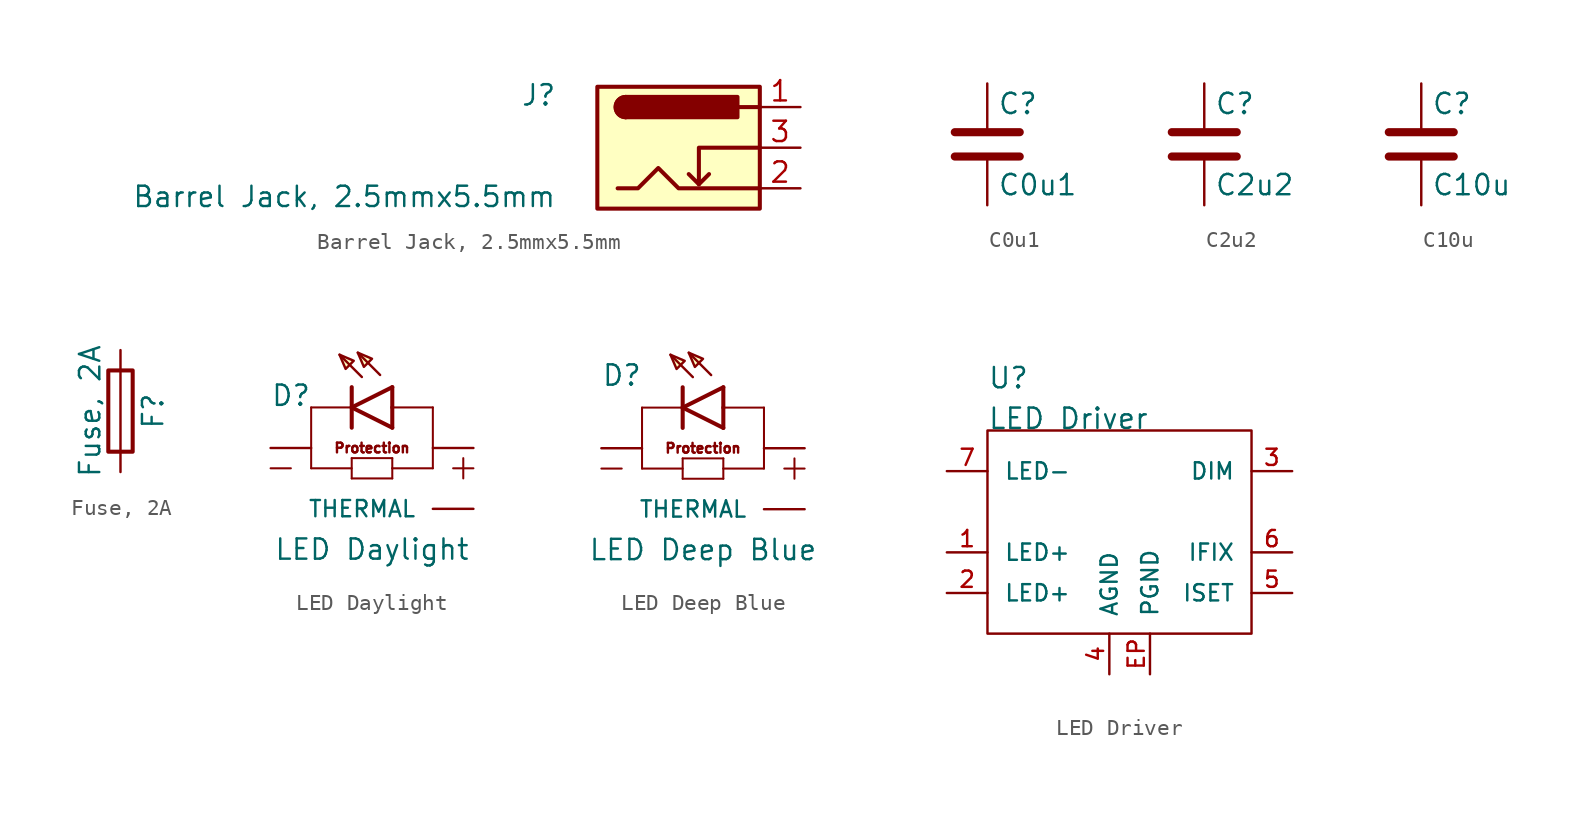
<source format=kicad_sym>
(kicad_symbol_lib
  (version 20211014)
  (generator kicad_symbol_editor)
  (symbol "Barrel Jack, 2.5mmx5.5mm"
    (pin_names hide)
    (property "Reference" "J"
      (at -7.62 2.54 0)
      (effects (font (size 1.27 1.27)) (justify right bottom)))
    (property "Value" "Barrel Jack, 2.5mmx5.5mm"
      (at -7.62 -3.81 0)
      (effects (font (size 1.27 1.27)) (justify right bottom)))
    (symbol "Barrel Jack, 2.5mmx5.5mm_0_1"
      (rectangle (start -5.08 3.81) (end 5.08 -3.81) (stroke (width 0.254) (type default) (color 0 0 0 0)) (fill (type background)))
      (arc (start -3.302 3.175) (mid -3.937 2.54) (end -3.302 1.905) (stroke (width 0.254) (type default) (color 0 0 0 0)) (fill (type none)))
      (arc (start -3.302 3.175) (mid -3.937 2.54) (end -3.302 1.905) (stroke (width 0.254) (type default) (color 0 0 0 0)) (fill (type outline)))
      (polyline (pts (xy 1.27 -2.286) (xy 1.905 -1.651)) (stroke (width 0.254) (type default) (color 0 0 0 0)) (fill (type none)))
      (polyline (pts (xy 5.08 2.54) (xy 3.81 2.54)) (stroke (width 0.254) (type default) (color 0 0 0 0)) (fill (type none)))
      (polyline (pts (xy 5.08 0) (xy 1.27 0) (xy 1.27 -2.286) (xy 0.635 -1.651)) (stroke (width 0.254) (type default) (color 0 0 0 0)) (fill (type none)))
      (polyline (pts (xy -3.81 -2.54) (xy -2.54 -2.54) (xy -1.27 -1.27) (xy 0 -2.54) (xy 2.54 -2.54) (xy 5.08 -2.54)) (stroke (width 0.254) (type default) (color 0 0 0 0)) (fill (type none)))
      (rectangle (start 3.683 3.175) (end -3.302 1.905) (stroke (width 0.254) (type default) (color 0 0 0 0)) (fill (type outline))))
    (symbol "Barrel Jack, 2.5mmx5.5mm_1_1"
      (pin passive line (at 7.62 2.54 180) (length 2.54) (name "~" (effects (font (size 1.27 1.27)))) (number "1" (effects (font (size 1.27 1.27)))))
      (pin passive line (at 7.62 -2.54 180) (length 2.54) (name "~" (effects (font (size 1.27 1.27)))) (number "2" (effects (font (size 1.27 1.27)))))
      (pin passive line (at 7.62 0 180) (length 2.54) (name "~" (effects (font (size 1.27 1.27)))) (number "3" (effects (font (size 1.27 1.27)))))))
  (symbol "C0u1"
    (pin_numbers hide)
    (pin_names
      (offset 0.254))
    (property "Reference" "C"
      (at 0.635 2.54 0)
      (effects (font (size 1.27 1.27)) (justify left)))
    (property "Value" "C0u1"
      (at 0.635 -2.54 0)
      (effects (font (size 1.27 1.27)) (justify left)))
    (symbol "C0u1_0_1"
      (polyline (pts (xy -2.032 -0.762) (xy 2.032 -0.762)) (stroke (width 0.508) (type default) (color 0 0 0 0)) (fill (type none)))
      (polyline (pts (xy -2.032 0.762) (xy 2.032 0.762)) (stroke (width 0.508) (type default) (color 0 0 0 0)) (fill (type none))))
    (symbol "C0u1_1_1"
      (pin passive line (at 0 3.81 270) (length 2.794) (name "~" (effects (font (size 1.27 1.27)))) (number "1" (effects (font (size 1.27 1.27)))))
      (pin passive line (at 0 -3.81 90) (length 2.794) (name "~" (effects (font (size 1.27 1.27)))) (number "2" (effects (font (size 1.27 1.27)))))))
  (symbol "C2u2"
    (pin_numbers hide)
    (pin_names
      (offset 0.254))
    (property "Reference" "C"
      (at 0.635 2.54 0)
      (effects (font (size 1.27 1.27)) (justify left)))
    (property "Value" "C2u2"
      (at 0.635 -2.54 0)
      (effects (font (size 1.27 1.27)) (justify left)))
    (symbol "C2u2_0_1"
      (polyline (pts (xy -2.032 -0.762) (xy 2.032 -0.762)) (stroke (width 0.508) (type default) (color 0 0 0 0)) (fill (type none)))
      (polyline (pts (xy -2.032 0.762) (xy 2.032 0.762)) (stroke (width 0.508) (type default) (color 0 0 0 0)) (fill (type none))))
    (symbol "C2u2_1_1"
      (pin passive line (at 0 3.81 270) (length 2.794) (name "~" (effects (font (size 1.27 1.27)))) (number "1" (effects (font (size 1.27 1.27)))))
      (pin passive line (at 0 -3.81 90) (length 2.794) (name "~" (effects (font (size 1.27 1.27)))) (number "2" (effects (font (size 1.27 1.27)))))))
  (symbol "C10u"
    (pin_numbers hide)
    (pin_names
      (offset 0.254))
    (property "Reference" "C"
      (at 0.635 2.54 0)
      (effects (font (size 1.27 1.27)) (justify left)))
    (property "Value" "C10u"
      (at 0.635 -2.54 0)
      (effects (font (size 1.27 1.27)) (justify left)))
    (symbol "C10u_0_1"
      (polyline (pts (xy -2.032 -0.762) (xy 2.032 -0.762)) (stroke (width 0.508) (type default) (color 0 0 0 0)) (fill (type none)))
      (polyline (pts (xy -2.032 0.762) (xy 2.032 0.762)) (stroke (width 0.508) (type default) (color 0 0 0 0)) (fill (type none))))
    (symbol "C10u_1_1"
      (pin passive line (at 0 3.81 270) (length 2.794) (name "~" (effects (font (size 1.27 1.27)))) (number "1" (effects (font (size 1.27 1.27)))))
      (pin passive line (at 0 -3.81 90) (length 2.794) (name "~" (effects (font (size 1.27 1.27)))) (number "2" (effects (font (size 1.27 1.27)))))))
  (symbol "Fuse, 2A"
    (pin_numbers hide)
    (pin_names
      (offset 0))
    (property "Reference" "F"
      (at 2.032 0 90)
      (effects (font (size 1.27 1.27))))
    (property "Value" "Fuse, 2A"
      (at -1.905 0 90)
      (effects (font (size 1.27 1.27))))
    (symbol "Fuse, 2A_0_1"
      (rectangle (start -0.762 -2.54) (end 0.762 2.54) (stroke (width 0.254) (type default) (color 0 0 0 0)) (fill (type none)))
      (polyline (pts (xy 0 2.54) (xy 0 -2.54)) (stroke (width 0) (type default) (color 0 0 0 0)) (fill (type none))))
    (symbol "Fuse, 2A_1_1"
      (pin passive line (at 0 3.81 270) (length 1.27) (name "~" (effects (font (size 1.27 1.27)))) (number "1" (effects (font (size 1.27 1.27)))))
      (pin passive line (at 0 -3.81 90) (length 1.27) (name "~" (effects (font (size 1.27 1.27)))) (number "2" (effects (font (size 1.27 1.27)))))))
  (symbol "LED Daylight"
    (pin_numbers hide)
    (pin_names
      (offset 1.016))
    (property "Reference" "D"
      (at -6.35 2.54 0)
      (effects (font (size 1.27 1.27)) (justify left bottom)))
    (property "Value" "LED Daylight"
      (at 0 -6.35 0)
      (effects (font (size 1.27 1.27))))
    (symbol "LED Daylight_0_0"
      (polyline (pts (xy -6.35 -1.27) (xy -5.08 -1.27)) (stroke (width 0.127) (type default) (color 0 0 0 0)) (fill (type none)))
      (polyline (pts (xy -3.81 -1.27) (xy -1.27 -1.27)) (stroke (width 0.127) (type default) (color 0 0 0 0)) (fill (type none)))
      (polyline (pts (xy -3.81 2.54) (xy -3.81 -1.27)) (stroke (width 0.127) (type default) (color 0 0 0 0)) (fill (type none)))
      (polyline (pts (xy -3.81 2.54) (xy -1.27 2.54)) (stroke (width 0.127) (type default) (color 0 0 0 0)) (fill (type none)))
      (polyline (pts (xy -1.27 -1.905) (xy 1.27 -1.905)) (stroke (width 0.127) (type default) (color 0 0 0 0)) (fill (type none)))
      (polyline (pts (xy -1.27 -0.635) (xy -1.27 -1.905)) (stroke (width 0.127) (type default) (color 0 0 0 0)) (fill (type none)))
      (polyline (pts (xy -1.27 1.27) (xy -1.27 2.54)) (stroke (width 0.254) (type default) (color 0 0 0 0)) (fill (type none)))
      (polyline (pts (xy -1.27 2.54) (xy -1.27 3.81)) (stroke (width 0.254) (type default) (color 0 0 0 0)) (fill (type none)))
      (polyline (pts (xy -1.27 2.54) (xy 1.27 3.81)) (stroke (width 0.254) (type default) (color 0 0 0 0)) (fill (type none)))
      (polyline (pts (xy -0.635 4.445) (xy -2.032 5.842)) (stroke (width 0.152) (type default) (color 0 0 0 0)) (fill (type none)))
      (polyline (pts (xy 0.508 4.572) (xy -0.889 5.969)) (stroke (width 0.152) (type default) (color 0 0 0 0)) (fill (type none)))
      (polyline (pts (xy 1.27 -1.905) (xy 1.27 -1.27)) (stroke (width 0.127) (type default) (color 0 0 0 0)) (fill (type none)))
      (polyline (pts (xy 1.27 -1.27) (xy 1.27 -0.635)) (stroke (width 0.127) (type default) (color 0 0 0 0)) (fill (type none)))
      (polyline (pts (xy 1.27 -1.27) (xy 3.81 -1.27)) (stroke (width 0.127) (type default) (color 0 0 0 0)) (fill (type none)))
      (polyline (pts (xy 1.27 -0.635) (xy -1.27 -0.635)) (stroke (width 0.127) (type default) (color 0 0 0 0)) (fill (type none)))
      (polyline (pts (xy 1.27 1.27) (xy -1.27 2.54)) (stroke (width 0.254) (type default) (color 0 0 0 0)) (fill (type none)))
      (polyline (pts (xy 1.27 1.27) (xy 1.27 2.54)) (stroke (width 0.254) (type default) (color 0 0 0 0)) (fill (type none)))
      (polyline (pts (xy 1.27 2.54) (xy 1.27 3.81)) (stroke (width 0.254) (type default) (color 0 0 0 0)) (fill (type none)))
      (polyline (pts (xy 1.27 2.54) (xy 3.81 2.54)) (stroke (width 0.127) (type default) (color 0 0 0 0)) (fill (type none)))
      (polyline (pts (xy 3.81 -1.27) (xy 3.81 2.54)) (stroke (width 0.127) (type default) (color 0 0 0 0)) (fill (type none)))
      (polyline (pts (xy 5.08 -1.27) (xy 6.35 -1.27)) (stroke (width 0.127) (type default) (color 0 0 0 0)) (fill (type none)))
      (polyline (pts (xy 5.715 -0.635) (xy 5.715 -1.905)) (stroke (width 0.127) (type default) (color 0 0 0 0)) (fill (type none)))
      (polyline (pts (xy -1.651 4.953) (xy -2.032 5.842) (xy -1.143 5.461) (xy -1.651 4.953)) (stroke (width 0.152) (type default) (color 0 0 0 0)) (fill (type background)))
      (polyline (pts (xy -0.508 5.08) (xy -0.889 5.969) (xy 0 5.588) (xy -0.508 5.08)) (stroke (width 0.152) (type default) (color 0 0 0 0)) (fill (type background)))
      (text "Protection" (at 0 0 0) (effects (font (size 0.61 0.61))))
      (pin bidirectional line (at -6.35 0 0) (length 2.54) (name "~" (effects (font (size 1.016 1.016)))) (number "1" (effects (font (size 1.016 1.016)))))
      (pin bidirectional line (at 6.35 0 180) (length 2.54) (name "~" (effects (font (size 1.016 1.016)))) (number "2" (effects (font (size 1.016 1.016)))))
      (pin bidirectional line (at 6.35 -3.81 180) (length 2.54) (name "THERMAL" (effects (font (size 1.016 1.016)))) (number "3" (effects (font (size 1.016 1.016)))))))
  (symbol "LED Deep Blue"
    (pin_numbers hide)
    (pin_names
      (offset 1.016))
    (property "Reference" "D"
      (at -6.35 3.81 0)
      (effects (font (size 1.27 1.27)) (justify left bottom)))
    (property "Value" "LED Deep Blue"
      (at 0 -6.35 0)
      (effects (font (size 1.27 1.27))))
    (symbol "LED Deep Blue_0_0"
      (polyline (pts (xy -6.35 -1.27) (xy -5.08 -1.27)) (stroke (width 0.127) (type default) (color 0 0 0 0)) (fill (type none)))
      (polyline (pts (xy -3.81 -1.27) (xy -1.27 -1.27)) (stroke (width 0.127) (type default) (color 0 0 0 0)) (fill (type none)))
      (polyline (pts (xy -3.81 2.54) (xy -3.81 -1.27)) (stroke (width 0.127) (type default) (color 0 0 0 0)) (fill (type none)))
      (polyline (pts (xy -3.81 2.54) (xy -1.27 2.54)) (stroke (width 0.127) (type default) (color 0 0 0 0)) (fill (type none)))
      (polyline (pts (xy -1.27 -1.905) (xy 1.27 -1.905)) (stroke (width 0.127) (type default) (color 0 0 0 0)) (fill (type none)))
      (polyline (pts (xy -1.27 -0.635) (xy -1.27 -1.905)) (stroke (width 0.127) (type default) (color 0 0 0 0)) (fill (type none)))
      (polyline (pts (xy -1.27 1.27) (xy -1.27 2.54)) (stroke (width 0.254) (type default) (color 0 0 0 0)) (fill (type none)))
      (polyline (pts (xy -1.27 2.54) (xy -1.27 3.81)) (stroke (width 0.254) (type default) (color 0 0 0 0)) (fill (type none)))
      (polyline (pts (xy -1.27 2.54) (xy 1.27 3.81)) (stroke (width 0.254) (type default) (color 0 0 0 0)) (fill (type none)))
      (polyline (pts (xy -0.635 4.445) (xy -2.032 5.842)) (stroke (width 0.152) (type default) (color 0 0 0 0)) (fill (type none)))
      (polyline (pts (xy 0.508 4.572) (xy -0.889 5.969)) (stroke (width 0.152) (type default) (color 0 0 0 0)) (fill (type none)))
      (polyline (pts (xy 1.27 -1.905) (xy 1.27 -1.27)) (stroke (width 0.127) (type default) (color 0 0 0 0)) (fill (type none)))
      (polyline (pts (xy 1.27 -1.27) (xy 1.27 -0.635)) (stroke (width 0.127) (type default) (color 0 0 0 0)) (fill (type none)))
      (polyline (pts (xy 1.27 -1.27) (xy 3.81 -1.27)) (stroke (width 0.127) (type default) (color 0 0 0 0)) (fill (type none)))
      (polyline (pts (xy 1.27 -0.635) (xy -1.27 -0.635)) (stroke (width 0.127) (type default) (color 0 0 0 0)) (fill (type none)))
      (polyline (pts (xy 1.27 1.27) (xy -1.27 2.54)) (stroke (width 0.254) (type default) (color 0 0 0 0)) (fill (type none)))
      (polyline (pts (xy 1.27 1.27) (xy 1.27 2.54)) (stroke (width 0.254) (type default) (color 0 0 0 0)) (fill (type none)))
      (polyline (pts (xy 1.27 2.54) (xy 1.27 3.81)) (stroke (width 0.254) (type default) (color 0 0 0 0)) (fill (type none)))
      (polyline (pts (xy 1.27 2.54) (xy 3.81 2.54)) (stroke (width 0.127) (type default) (color 0 0 0 0)) (fill (type none)))
      (polyline (pts (xy 3.81 -1.27) (xy 3.81 2.54)) (stroke (width 0.127) (type default) (color 0 0 0 0)) (fill (type none)))
      (polyline (pts (xy 5.08 -1.27) (xy 6.35 -1.27)) (stroke (width 0.127) (type default) (color 0 0 0 0)) (fill (type none)))
      (polyline (pts (xy 5.715 -0.635) (xy 5.715 -1.905)) (stroke (width 0.127) (type default) (color 0 0 0 0)) (fill (type none)))
      (polyline (pts (xy -1.651 4.953) (xy -2.032 5.842) (xy -1.143 5.461) (xy -1.651 4.953)) (stroke (width 0.152) (type default) (color 0 0 0 0)) (fill (type background)))
      (polyline (pts (xy -0.508 5.08) (xy -0.889 5.969) (xy 0 5.588) (xy -0.508 5.08)) (stroke (width 0.152) (type default) (color 0 0 0 0)) (fill (type background)))
      (text "Protection" (at 0 0 0) (effects (font (size 0.61 0.61))))
      (pin bidirectional line (at -6.35 0 0) (length 2.54) (name "~" (effects (font (size 1.016 1.016)))) (number "1" (effects (font (size 1.016 1.016)))))
      (pin bidirectional line (at 6.35 0 180) (length 2.54) (name "~" (effects (font (size 1.016 1.016)))) (number "2" (effects (font (size 1.016 1.016)))))
      (pin bidirectional line (at 6.35 -3.81 180) (length 2.54) (name "THERMAL" (effects (font (size 1.016 1.016)))) (number "3" (effects (font (size 1.016 1.016)))))))
  (symbol "LED Driver"
    (pin_names
      (offset 1.016))
    (property "Reference" "U"
      (at -8.89 8.89 0)
      (effects (font (size 1.27 1.27)) (justify left bottom)))
    (property "Value" "LED Driver"
      (at -8.89 6.35 0)
      (effects (font (size 1.27 1.27)) (justify left bottom)))
    (symbol "LED Driver_0_0"
      (pin bidirectional line (at -11.43 -1.27 0) (length 2.54) (name "LED+" (effects (font (size 1.016 1.016)))) (number "1" (effects (font (size 1.016 1.016)))))
      (pin bidirectional line (at -11.43 -3.81 0) (length 2.54) (name "LED+" (effects (font (size 1.016 1.016)))) (number "2" (effects (font (size 1.016 1.016)))))
      (pin bidirectional line (at 10.16 3.81 180) (length 2.54) (name "DIM" (effects (font (size 1.016 1.016)))) (number "3" (effects (font (size 1.016 1.016)))))
      (pin bidirectional line (at -1.27 -8.89 90) (length 2.54) (name "AGND" (effects (font (size 1.016 1.016)))) (number "4" (effects (font (size 1.016 1.016)))))
      (pin bidirectional line (at 10.16 -3.81 180) (length 2.54) (name "ISET" (effects (font (size 1.016 1.016)))) (number "5" (effects (font (size 1.016 1.016)))))
      (pin bidirectional line (at 10.16 -1.27 180) (length 2.54) (name "IFIX" (effects (font (size 1.016 1.016)))) (number "6" (effects (font (size 1.016 1.016)))))
      (pin bidirectional line (at -11.43 3.81 0) (length 2.54) (name "LED-" (effects (font (size 1.016 1.016)))) (number "7" (effects (font (size 1.016 1.016)))))
      (pin bidirectional line (at 1.27 -8.89 90) (length 2.54) (name "PGND" (effects (font (size 1.016 1.016)))) (number "EP" (effects (font (size 1.016 1.016))))))
    (symbol "LED Driver_0_1"
      (rectangle (start -8.89 6.35) (end 7.62 -6.35) (stroke (width 0) (type default) (color 0 0 0 0)) (fill (type none))))))
</source>
